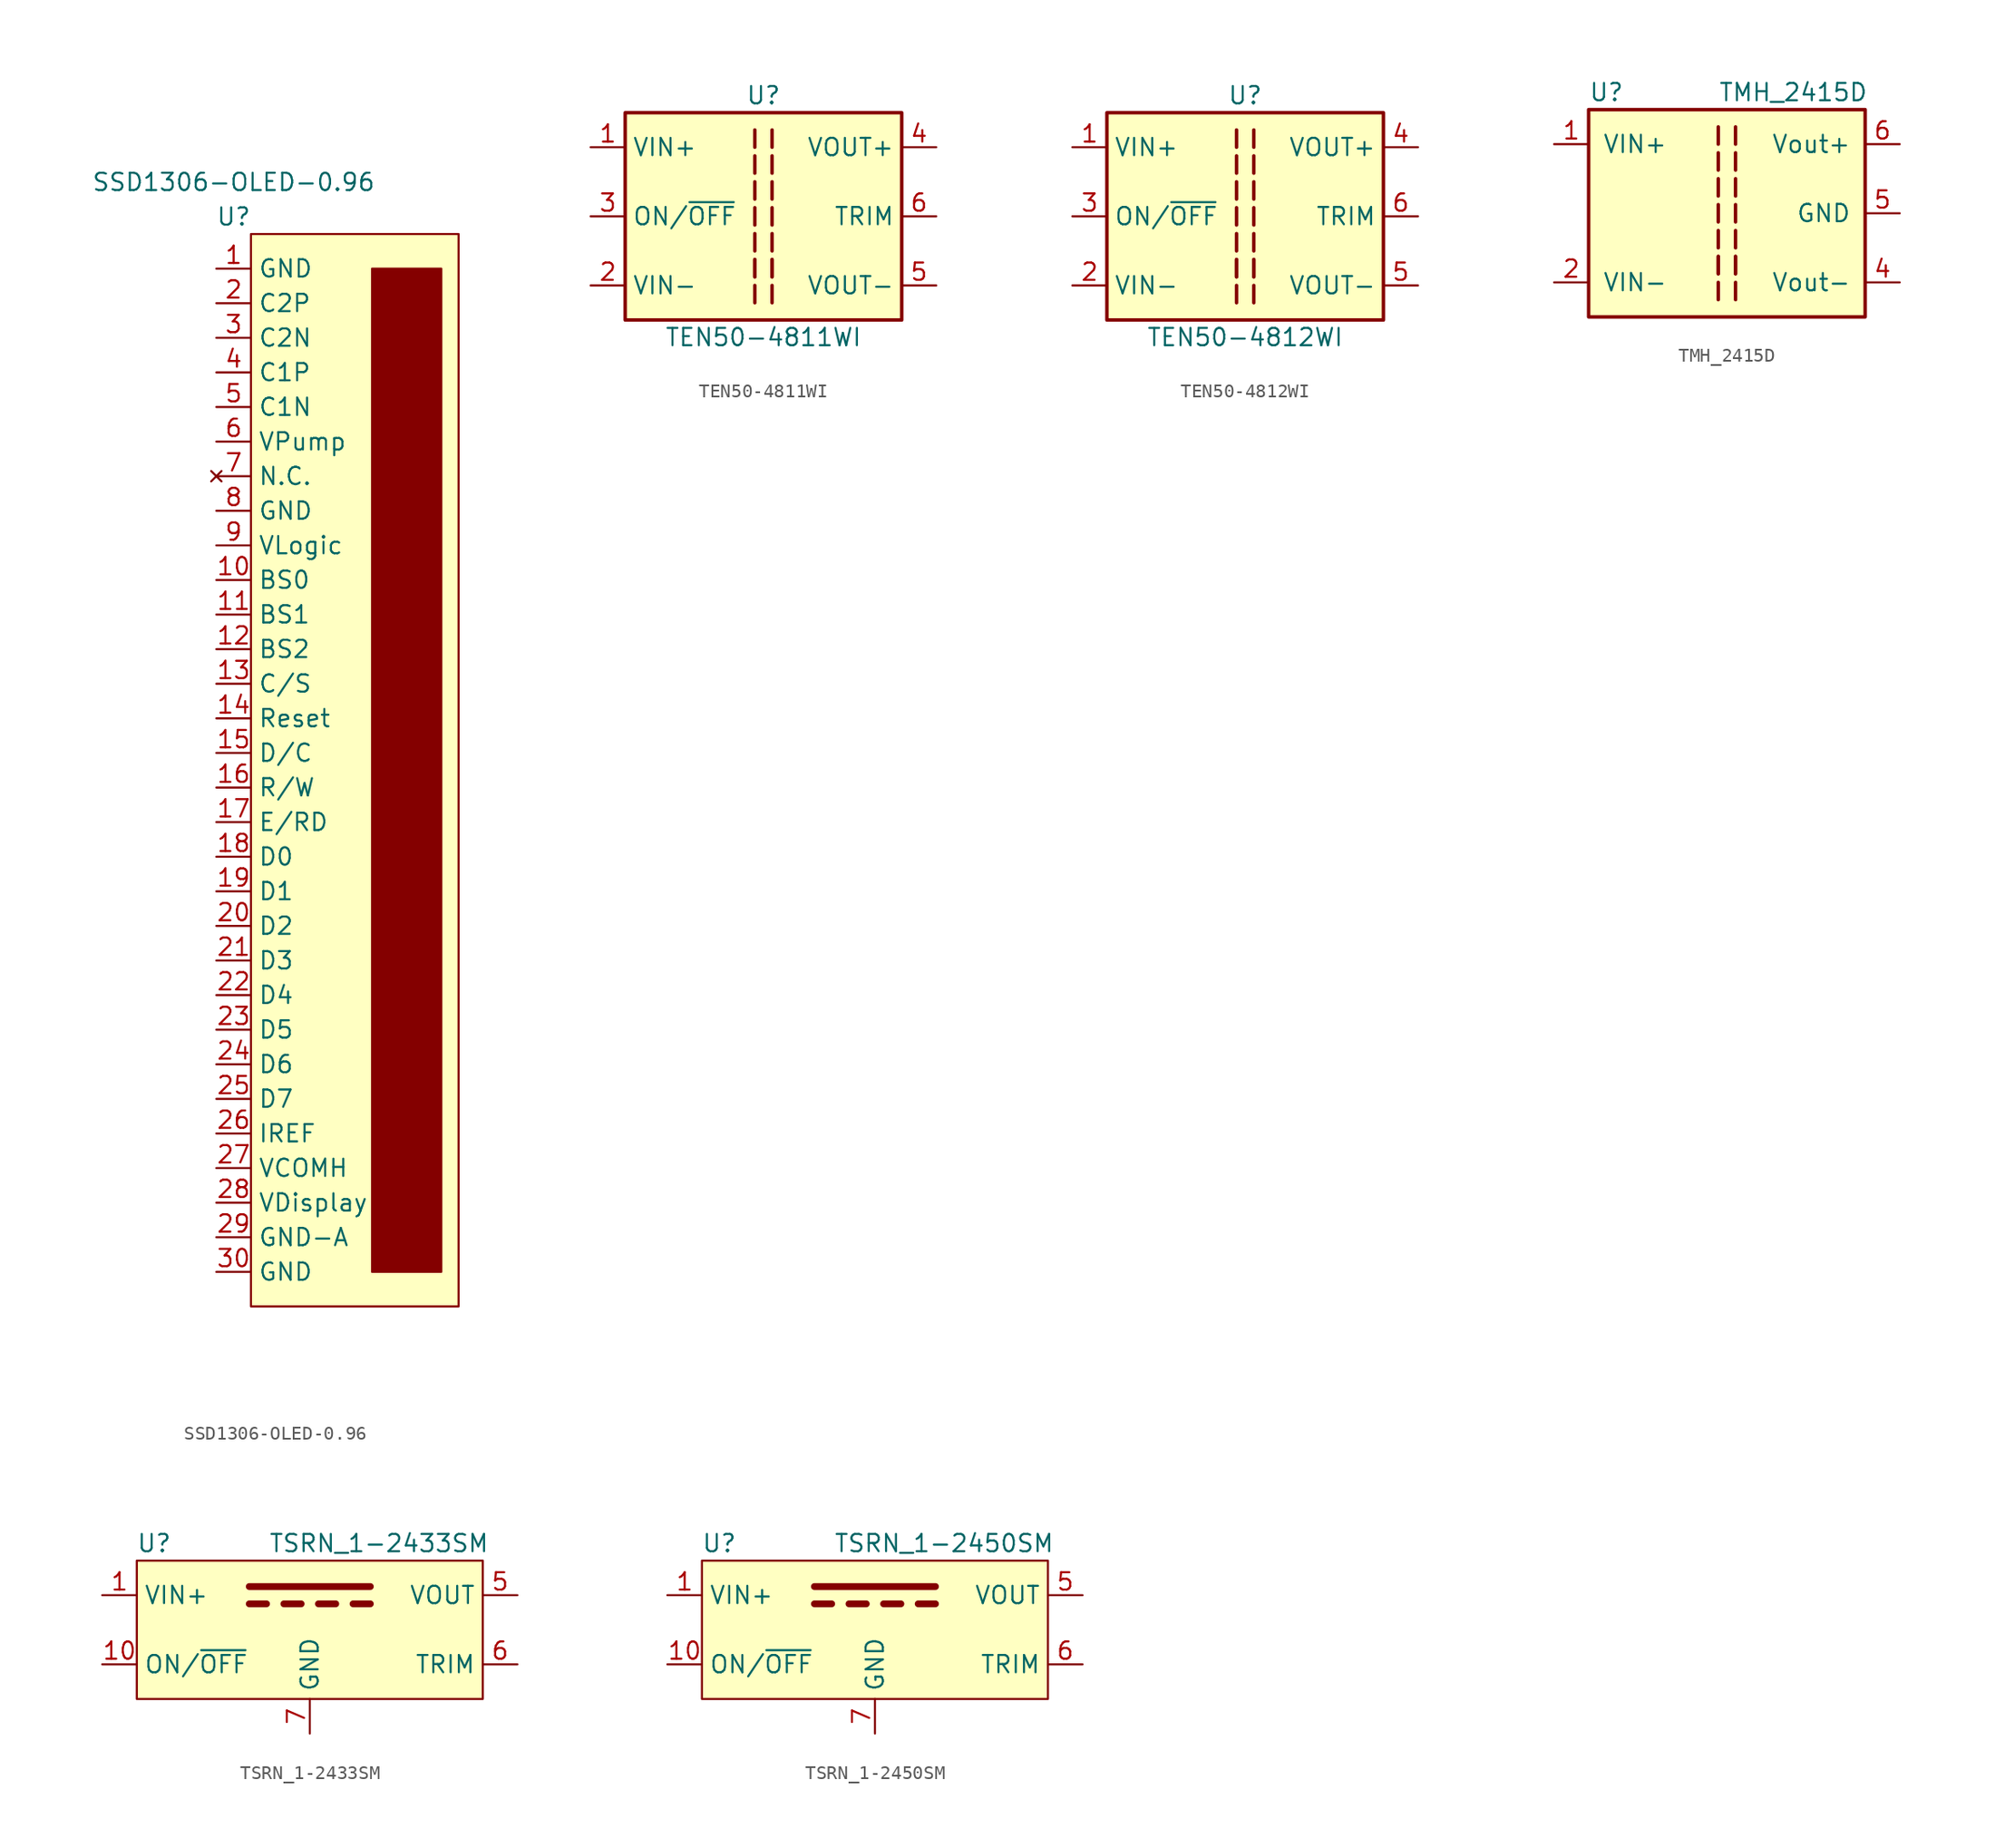
<source format=kicad_sym>
(kicad_symbol_lib
  (version 20211014)
  (generator kicad_symbol_editor)
  (symbol "SSD1306-OLED-0.96"
    (property "Reference" "U"
      (at -1.27 3.81 0)
      (effects (font (size 1.27 1.27))))
    (property "Value" "SSD1306-OLED-0.96"
      (at -1.27 6.35 0)
      (effects (font (size 1.27 1.27))))
    (symbol "SSD1306-OLED-0.96_0_1"
      (rectangle (start 0 2.54) (end 15.24 -76.2) (stroke (width 0) (type default) (color 0 0 0 0)) (fill (type background)))
      (rectangle (start 8.89 0) (end 13.97 -73.66) (stroke (width 0) (type default) (color 0 0 0 0)) (fill (type outline))))
    (symbol "SSD1306-OLED-0.96_1_1"
      (pin power_in line (at -2.54 0 0) (length 2.54) (name "GND" (effects (font (size 1.27 1.27)))) (number "1" (effects (font (size 1.27 1.27)))))
      (pin input line (at -2.54 -22.86 0) (length 2.54) (name "BS0" (effects (font (size 1.27 1.27)))) (number "10" (effects (font (size 1.27 1.27)))))
      (pin input line (at -2.54 -25.4 0) (length 2.54) (name "BS1" (effects (font (size 1.27 1.27)))) (number "11" (effects (font (size 1.27 1.27)))))
      (pin input line (at -2.54 -27.94 0) (length 2.54) (name "BS2" (effects (font (size 1.27 1.27)))) (number "12" (effects (font (size 1.27 1.27)))))
      (pin input line (at -2.54 -30.48 0) (length 2.54) (name "C/S" (effects (font (size 1.27 1.27)))) (number "13" (effects (font (size 1.27 1.27)))))
      (pin input line (at -2.54 -33.02 0) (length 2.54) (name "Reset" (effects (font (size 1.27 1.27)))) (number "14" (effects (font (size 1.27 1.27)))))
      (pin input line (at -2.54 -35.56 0) (length 2.54) (name "D/C" (effects (font (size 1.27 1.27)))) (number "15" (effects (font (size 1.27 1.27)))))
      (pin input line (at -2.54 -38.1 0) (length 2.54) (name "R/W" (effects (font (size 1.27 1.27)))) (number "16" (effects (font (size 1.27 1.27)))))
      (pin input line (at -2.54 -40.64 0) (length 2.54) (name "E/RD" (effects (font (size 1.27 1.27)))) (number "17" (effects (font (size 1.27 1.27)))))
      (pin input line (at -2.54 -43.18 0) (length 2.54) (name "D0" (effects (font (size 1.27 1.27)))) (number "18" (effects (font (size 1.27 1.27)))))
      (pin input line (at -2.54 -45.72 0) (length 2.54) (name "D1" (effects (font (size 1.27 1.27)))) (number "19" (effects (font (size 1.27 1.27)))))
      (pin bidirectional line (at -2.54 -2.54 0) (length 2.54) (name "C2P" (effects (font (size 1.27 1.27)))) (number "2" (effects (font (size 1.27 1.27)))))
      (pin input line (at -2.54 -48.26 0) (length 2.54) (name "D2" (effects (font (size 1.27 1.27)))) (number "20" (effects (font (size 1.27 1.27)))))
      (pin input line (at -2.54 -50.8 0) (length 2.54) (name "D3" (effects (font (size 1.27 1.27)))) (number "21" (effects (font (size 1.27 1.27)))))
      (pin input line (at -2.54 -53.34 0) (length 2.54) (name "D4" (effects (font (size 1.27 1.27)))) (number "22" (effects (font (size 1.27 1.27)))))
      (pin input line (at -2.54 -55.88 0) (length 2.54) (name "D5" (effects (font (size 1.27 1.27)))) (number "23" (effects (font (size 1.27 1.27)))))
      (pin input line (at -2.54 -58.42 0) (length 2.54) (name "D6" (effects (font (size 1.27 1.27)))) (number "24" (effects (font (size 1.27 1.27)))))
      (pin input line (at -2.54 -60.96 0) (length 2.54) (name "D7" (effects (font (size 1.27 1.27)))) (number "25" (effects (font (size 1.27 1.27)))))
      (pin power_in line (at -2.54 -63.5 0) (length 2.54) (name "IREF" (effects (font (size 1.27 1.27)))) (number "26" (effects (font (size 1.27 1.27)))))
      (pin power_in line (at -2.54 -66.04 0) (length 2.54) (name "VCOMH" (effects (font (size 1.27 1.27)))) (number "27" (effects (font (size 1.27 1.27)))))
      (pin power_in line (at -2.54 -68.58 0) (length 2.54) (name "VDisplay" (effects (font (size 1.27 1.27)))) (number "28" (effects (font (size 1.27 1.27)))))
      (pin power_in line (at -2.54 -71.12 0) (length 2.54) (name "GND-A" (effects (font (size 1.27 1.27)))) (number "29" (effects (font (size 1.27 1.27)))))
      (pin bidirectional line (at -2.54 -5.08 0) (length 2.54) (name "C2N" (effects (font (size 1.27 1.27)))) (number "3" (effects (font (size 1.27 1.27)))))
      (pin power_in line (at -2.54 -73.66 0) (length 2.54) (name "GND" (effects (font (size 1.27 1.27)))) (number "30" (effects (font (size 1.27 1.27)))))
      (pin bidirectional line (at -2.54 -7.62 0) (length 2.54) (name "C1P" (effects (font (size 1.27 1.27)))) (number "4" (effects (font (size 1.27 1.27)))))
      (pin bidirectional line (at -2.54 -10.16 0) (length 2.54) (name "C1N" (effects (font (size 1.27 1.27)))) (number "5" (effects (font (size 1.27 1.27)))))
      (pin power_in line (at -2.54 -12.7 0) (length 2.54) (name "VPump" (effects (font (size 1.27 1.27)))) (number "6" (effects (font (size 1.27 1.27)))))
      (pin no_connect line (at -2.54 -15.24 0) (length 2.54) (name "N.C." (effects (font (size 1.27 1.27)))) (number "7" (effects (font (size 1.27 1.27)))))
      (pin power_in line (at -2.54 -17.78 0) (length 2.54) (name "GND" (effects (font (size 1.27 1.27)))) (number "8" (effects (font (size 1.27 1.27)))))
      (pin power_in line (at -2.54 -20.32 0) (length 2.54) (name "VLogic" (effects (font (size 1.27 1.27)))) (number "9" (effects (font (size 1.27 1.27)))))))
  (symbol "TEN50-4811WI"
    (property "Reference" "U"
      (at 0 8.89 0)
      (effects (font (size 1.27 1.27))))
    (property "Value" "TEN50-4811WI"
      (at 0 -8.89 0)
      (effects (font (size 1.27 1.27))))
    (symbol "TEN50-4811WI_0_1"
      (rectangle (start -10.16 7.62) (end 10.16 -7.62) (stroke (width 0.254) (type default) (color 0 0 0 0)) (fill (type background))))
    (symbol "TEN50-4811WI_1_1"
      (polyline (pts (xy -0.635 -6.35) (xy -0.635 -5.08)) (stroke (width 0.254) (type default) (color 0 0 0 0)) (fill (type none)))
      (polyline (pts (xy -0.635 -4.445) (xy -0.635 -3.175)) (stroke (width 0.254) (type default) (color 0 0 0 0)) (fill (type none)))
      (polyline (pts (xy -0.635 -3.175) (xy -0.635 -4.445)) (stroke (width 0.254) (type default) (color 0 0 0 0)) (fill (type none)))
      (polyline (pts (xy -0.635 -1.27) (xy -0.635 -2.54)) (stroke (width 0.254) (type default) (color 0 0 0 0)) (fill (type none)))
      (polyline (pts (xy -0.635 0.635) (xy -0.635 -0.635)) (stroke (width 0.254) (type default) (color 0 0 0 0)) (fill (type none)))
      (polyline (pts (xy -0.635 1.27) (xy -0.635 2.54)) (stroke (width 0.254) (type default) (color 0 0 0 0)) (fill (type none)))
      (polyline (pts (xy -0.635 3.175) (xy -0.635 4.445)) (stroke (width 0.254) (type default) (color 0 0 0 0)) (fill (type none)))
      (polyline (pts (xy -0.635 6.35) (xy -0.635 5.08)) (stroke (width 0.254) (type default) (color 0 0 0 0)) (fill (type none)))
      (polyline (pts (xy 0.635 -6.35) (xy 0.635 -5.08)) (stroke (width 0.254) (type default) (color 0 0 0 0)) (fill (type none)))
      (polyline (pts (xy 0.635 -4.445) (xy 0.635 -3.175)) (stroke (width 0.254) (type default) (color 0 0 0 0)) (fill (type none)))
      (polyline (pts (xy 0.635 -3.175) (xy 0.635 -4.445)) (stroke (width 0.254) (type default) (color 0 0 0 0)) (fill (type none)))
      (polyline (pts (xy 0.635 -1.27) (xy 0.635 -2.54)) (stroke (width 0.254) (type default) (color 0 0 0 0)) (fill (type none)))
      (polyline (pts (xy 0.635 0.635) (xy 0.635 -0.635)) (stroke (width 0.254) (type default) (color 0 0 0 0)) (fill (type none)))
      (polyline (pts (xy 0.635 1.27) (xy 0.635 2.54)) (stroke (width 0.254) (type default) (color 0 0 0 0)) (fill (type none)))
      (polyline (pts (xy 0.635 3.175) (xy 0.635 4.445)) (stroke (width 0.254) (type default) (color 0 0 0 0)) (fill (type none)))
      (polyline (pts (xy 0.635 6.35) (xy 0.635 5.08)) (stroke (width 0.254) (type default) (color 0 0 0 0)) (fill (type none)))
      (pin power_in line (at -12.7 5.08 0) (length 2.54) (name "VIN+" (effects (font (size 1.27 1.27)))) (number "1" (effects (font (size 1.27 1.27)))))
      (pin power_in line (at -12.7 -5.08 0) (length 2.54) (name "VIN-" (effects (font (size 1.27 1.27)))) (number "2" (effects (font (size 1.27 1.27)))))
      (pin input line (at -12.7 0 0) (length 2.54) (name "ON/~{OFF}" (effects (font (size 1.27 1.27)))) (number "3" (effects (font (size 1.27 1.27)))))
      (pin power_out line (at 12.7 5.08 180) (length 2.54) (name "VOUT+" (effects (font (size 1.27 1.27)))) (number "4" (effects (font (size 1.27 1.27)))))
      (pin power_out line (at 12.7 -5.08 180) (length 2.54) (name "VOUT-" (effects (font (size 1.27 1.27)))) (number "5" (effects (font (size 1.27 1.27)))))
      (pin passive line (at 12.7 0 180) (length 2.54) (name "TRIM" (effects (font (size 1.27 1.27)))) (number "6" (effects (font (size 1.27 1.27)))))))
  (symbol "TEN50-4812WI"
    (property "Reference" "U"
      (at 0 8.89 0)
      (effects (font (size 1.27 1.27))))
    (property "Value" "TEN50-4812WI"
      (at 0 -8.89 0)
      (effects (font (size 1.27 1.27))))
    (symbol "TEN50-4812WI_0_1"
      (rectangle (start -10.16 7.62) (end 10.16 -7.62) (stroke (width 0.254) (type default) (color 0 0 0 0)) (fill (type background))))
    (symbol "TEN50-4812WI_1_1"
      (polyline (pts (xy -0.635 -6.35) (xy -0.635 -5.08)) (stroke (width 0.254) (type default) (color 0 0 0 0)) (fill (type none)))
      (polyline (pts (xy -0.635 -4.445) (xy -0.635 -3.175)) (stroke (width 0.254) (type default) (color 0 0 0 0)) (fill (type none)))
      (polyline (pts (xy -0.635 -3.175) (xy -0.635 -4.445)) (stroke (width 0.254) (type default) (color 0 0 0 0)) (fill (type none)))
      (polyline (pts (xy -0.635 -1.27) (xy -0.635 -2.54)) (stroke (width 0.254) (type default) (color 0 0 0 0)) (fill (type none)))
      (polyline (pts (xy -0.635 0.635) (xy -0.635 -0.635)) (stroke (width 0.254) (type default) (color 0 0 0 0)) (fill (type none)))
      (polyline (pts (xy -0.635 1.27) (xy -0.635 2.54)) (stroke (width 0.254) (type default) (color 0 0 0 0)) (fill (type none)))
      (polyline (pts (xy -0.635 3.175) (xy -0.635 4.445)) (stroke (width 0.254) (type default) (color 0 0 0 0)) (fill (type none)))
      (polyline (pts (xy -0.635 6.35) (xy -0.635 5.08)) (stroke (width 0.254) (type default) (color 0 0 0 0)) (fill (type none)))
      (polyline (pts (xy 0.635 -6.35) (xy 0.635 -5.08)) (stroke (width 0.254) (type default) (color 0 0 0 0)) (fill (type none)))
      (polyline (pts (xy 0.635 -4.445) (xy 0.635 -3.175)) (stroke (width 0.254) (type default) (color 0 0 0 0)) (fill (type none)))
      (polyline (pts (xy 0.635 -3.175) (xy 0.635 -4.445)) (stroke (width 0.254) (type default) (color 0 0 0 0)) (fill (type none)))
      (polyline (pts (xy 0.635 -1.27) (xy 0.635 -2.54)) (stroke (width 0.254) (type default) (color 0 0 0 0)) (fill (type none)))
      (polyline (pts (xy 0.635 0.635) (xy 0.635 -0.635)) (stroke (width 0.254) (type default) (color 0 0 0 0)) (fill (type none)))
      (polyline (pts (xy 0.635 1.27) (xy 0.635 2.54)) (stroke (width 0.254) (type default) (color 0 0 0 0)) (fill (type none)))
      (polyline (pts (xy 0.635 3.175) (xy 0.635 4.445)) (stroke (width 0.254) (type default) (color 0 0 0 0)) (fill (type none)))
      (polyline (pts (xy 0.635 6.35) (xy 0.635 5.08)) (stroke (width 0.254) (type default) (color 0 0 0 0)) (fill (type none)))
      (pin power_in line (at -12.7 5.08 0) (length 2.54) (name "VIN+" (effects (font (size 1.27 1.27)))) (number "1" (effects (font (size 1.27 1.27)))))
      (pin power_in line (at -12.7 -5.08 0) (length 2.54) (name "VIN-" (effects (font (size 1.27 1.27)))) (number "2" (effects (font (size 1.27 1.27)))))
      (pin input line (at -12.7 0 0) (length 2.54) (name "ON/~{OFF}" (effects (font (size 1.27 1.27)))) (number "3" (effects (font (size 1.27 1.27)))))
      (pin power_out line (at 12.7 5.08 180) (length 2.54) (name "VOUT+" (effects (font (size 1.27 1.27)))) (number "4" (effects (font (size 1.27 1.27)))))
      (pin power_out line (at 12.7 -5.08 180) (length 2.54) (name "VOUT-" (effects (font (size 1.27 1.27)))) (number "5" (effects (font (size 1.27 1.27)))))
      (pin passive line (at 12.7 0 180) (length 2.54) (name "TRIM" (effects (font (size 1.27 1.27)))) (number "6" (effects (font (size 1.27 1.27)))))))
  (symbol "TMH_2415D"
    (pin_names
      (offset 1.016))
    (property "Reference" "U"
      (at -10.16 8.89 0)
      (effects (font (size 1.27 1.27)) (justify left)))
    (property "Value" "TMH_2415D"
      (at -0.635 8.89 0)
      (effects (font (size 1.27 1.27)) (justify left)))
    (symbol "TMH_2415D_1_1"
      (rectangle (start -10.16 7.62) (end 10.16 -7.62) (stroke (width 0.254) (type default) (color 0 0 0 0)) (fill (type background)))
      (polyline (pts (xy -0.635 -6.35) (xy -0.635 -5.08)) (stroke (width 0.254) (type default) (color 0 0 0 0)) (fill (type none)))
      (polyline (pts (xy -0.635 -4.445) (xy -0.635 -3.175)) (stroke (width 0.254) (type default) (color 0 0 0 0)) (fill (type none)))
      (polyline (pts (xy -0.635 -3.175) (xy -0.635 -4.445)) (stroke (width 0.254) (type default) (color 0 0 0 0)) (fill (type none)))
      (polyline (pts (xy -0.635 -1.27) (xy -0.635 -2.54)) (stroke (width 0.254) (type default) (color 0 0 0 0)) (fill (type none)))
      (polyline (pts (xy -0.635 0.635) (xy -0.635 -0.635)) (stroke (width 0.254) (type default) (color 0 0 0 0)) (fill (type none)))
      (polyline (pts (xy -0.635 1.27) (xy -0.635 2.54)) (stroke (width 0.254) (type default) (color 0 0 0 0)) (fill (type none)))
      (polyline (pts (xy -0.635 3.175) (xy -0.635 4.445)) (stroke (width 0.254) (type default) (color 0 0 0 0)) (fill (type none)))
      (polyline (pts (xy -0.635 6.35) (xy -0.635 5.08)) (stroke (width 0.254) (type default) (color 0 0 0 0)) (fill (type none)))
      (polyline (pts (xy 0.635 -6.35) (xy 0.635 -5.08)) (stroke (width 0.254) (type default) (color 0 0 0 0)) (fill (type none)))
      (polyline (pts (xy 0.635 -4.445) (xy 0.635 -3.175)) (stroke (width 0.254) (type default) (color 0 0 0 0)) (fill (type none)))
      (polyline (pts (xy 0.635 -3.175) (xy 0.635 -4.445)) (stroke (width 0.254) (type default) (color 0 0 0 0)) (fill (type none)))
      (polyline (pts (xy 0.635 -1.27) (xy 0.635 -2.54)) (stroke (width 0.254) (type default) (color 0 0 0 0)) (fill (type none)))
      (polyline (pts (xy 0.635 0.635) (xy 0.635 -0.635)) (stroke (width 0.254) (type default) (color 0 0 0 0)) (fill (type none)))
      (polyline (pts (xy 0.635 1.27) (xy 0.635 2.54)) (stroke (width 0.254) (type default) (color 0 0 0 0)) (fill (type none)))
      (polyline (pts (xy 0.635 3.175) (xy 0.635 4.445)) (stroke (width 0.254) (type default) (color 0 0 0 0)) (fill (type none)))
      (polyline (pts (xy 0.635 6.35) (xy 0.635 5.08)) (stroke (width 0.254) (type default) (color 0 0 0 0)) (fill (type none)))
      (pin power_in line (at -12.7 5.08 0) (length 2.54) (name "VIN+" (effects (font (size 1.27 1.27)))) (number "1" (effects (font (size 1.27 1.27)))))
      (pin power_in line (at -12.7 -5.08 0) (length 2.54) (name "VIN-" (effects (font (size 1.27 1.27)))) (number "2" (effects (font (size 1.27 1.27)))))
      (pin power_out line (at 12.7 -5.08 180) (length 2.54) (name "Vout-" (effects (font (size 1.27 1.27)))) (number "4" (effects (font (size 1.27 1.27)))))
      (pin power_out line (at 12.7 0 180) (length 2.54) (name "GND" (effects (font (size 1.27 1.27)))) (number "5" (effects (font (size 1.27 1.27)))))
      (pin power_out line (at 12.7 5.08 180) (length 2.54) (name "Vout+" (effects (font (size 1.27 1.27)))) (number "6" (effects (font (size 1.27 1.27)))))))
  (symbol "TSRN_1-2433SM"
    (property "Reference" "U"
      (at -11.43 3.81 0)
      (effects (font (size 1.27 1.27))))
    (property "Value" "TSRN_1-2433SM"
      (at 5.08 3.81 0)
      (effects (font (size 1.27 1.27))))
    (symbol "TSRN_1-2433SM_0_0"
      (pin power_in line (at -15.24 0 0) (length 2.54) (name "VIN+" (effects (font (size 1.27 1.27)))) (number "1" (effects (font (size 1.27 1.27)))))
      (pin input line (at -15.24 -5.08 0) (length 2.54) (name "ON/~{OFF}" (effects (font (size 1.27 1.27)))) (number "10" (effects (font (size 1.27 1.27)))))
      (pin power_out line (at 15.24 0 180) (length 2.54) (name "VOUT" (effects (font (size 1.27 1.27)))) (number "5" (effects (font (size 1.27 1.27)))))
      (pin input line (at 15.24 -5.08 180) (length 2.54) (name "TRIM" (effects (font (size 1.27 1.27)))) (number "6" (effects (font (size 1.27 1.27)))))
      (pin power_in line (at 0 -10.16 90) (length 2.54) (name "GND" (effects (font (size 1.27 1.27)))) (number "7" (effects (font (size 1.27 1.27)))))
      (pin power_in line (at 0 -10.16 90) (length 2.54) hide (name "GND" (effects (font (size 1.27 1.27)))) (number "9" (effects (font (size 1.27 1.27))))))
    (symbol "TSRN_1-2433SM_0_1"
      (rectangle (start -12.7 2.54) (end 12.7 -7.62) (stroke (width 0) (type default) (color 0 0 0 0)) (fill (type background)))
      (polyline (pts (xy -4.445 -0.635) (xy -3.175 -0.635)) (stroke (width 0.5) (type default) (color 0 0 0 0)) (fill (type none)))
      (polyline (pts (xy -4.445 0.635) (xy 4.445 0.635)) (stroke (width 0.5) (type default) (color 0 0 0 0)) (fill (type none)))
      (polyline (pts (xy -1.905 -0.635) (xy -0.635 -0.635)) (stroke (width 0.5) (type default) (color 0 0 0 0)) (fill (type none)))
      (polyline (pts (xy 0.635 -0.635) (xy 1.905 -0.635)) (stroke (width 0.5) (type default) (color 0 0 0 0)) (fill (type none)))
      (polyline (pts (xy 3.175 -0.635) (xy 4.445 -0.635)) (stroke (width 0.5) (type default) (color 0 0 0 0)) (fill (type none)))))
  (symbol "TSRN_1-2450SM"
    (property "Reference" "U"
      (at -11.43 3.81 0)
      (effects (font (size 1.27 1.27))))
    (property "Value" "TSRN_1-2450SM"
      (at 5.08 3.81 0)
      (effects (font (size 1.27 1.27))))
    (symbol "TSRN_1-2450SM_0_0"
      (pin power_in line (at -15.24 0 0) (length 2.54) (name "VIN+" (effects (font (size 1.27 1.27)))) (number "1" (effects (font (size 1.27 1.27)))))
      (pin input line (at -15.24 -5.08 0) (length 2.54) (name "ON/~{OFF}" (effects (font (size 1.27 1.27)))) (number "10" (effects (font (size 1.27 1.27)))))
      (pin power_out line (at 15.24 0 180) (length 2.54) (name "VOUT" (effects (font (size 1.27 1.27)))) (number "5" (effects (font (size 1.27 1.27)))))
      (pin input line (at 15.24 -5.08 180) (length 2.54) (name "TRIM" (effects (font (size 1.27 1.27)))) (number "6" (effects (font (size 1.27 1.27)))))
      (pin power_in line (at 0 -10.16 90) (length 2.54) (name "GND" (effects (font (size 1.27 1.27)))) (number "7" (effects (font (size 1.27 1.27)))))
      (pin power_in line (at 0 -10.16 90) (length 2.54) hide (name "GND" (effects (font (size 1.27 1.27)))) (number "9" (effects (font (size 1.27 1.27))))))
    (symbol "TSRN_1-2450SM_0_1"
      (rectangle (start -12.7 2.54) (end 12.7 -7.62) (stroke (width 0) (type default) (color 0 0 0 0)) (fill (type background)))
      (polyline (pts (xy -4.445 -0.635) (xy -3.175 -0.635)) (stroke (width 0.5) (type default) (color 0 0 0 0)) (fill (type none)))
      (polyline (pts (xy -4.445 0.635) (xy 4.445 0.635)) (stroke (width 0.5) (type default) (color 0 0 0 0)) (fill (type none)))
      (polyline (pts (xy -1.905 -0.635) (xy -0.635 -0.635)) (stroke (width 0.5) (type default) (color 0 0 0 0)) (fill (type none)))
      (polyline (pts (xy 0.635 -0.635) (xy 1.905 -0.635)) (stroke (width 0.5) (type default) (color 0 0 0 0)) (fill (type none)))
      (polyline (pts (xy 3.175 -0.635) (xy 4.445 -0.635)) (stroke (width 0.5) (type default) (color 0 0 0 0)) (fill (type none))))))
</source>
